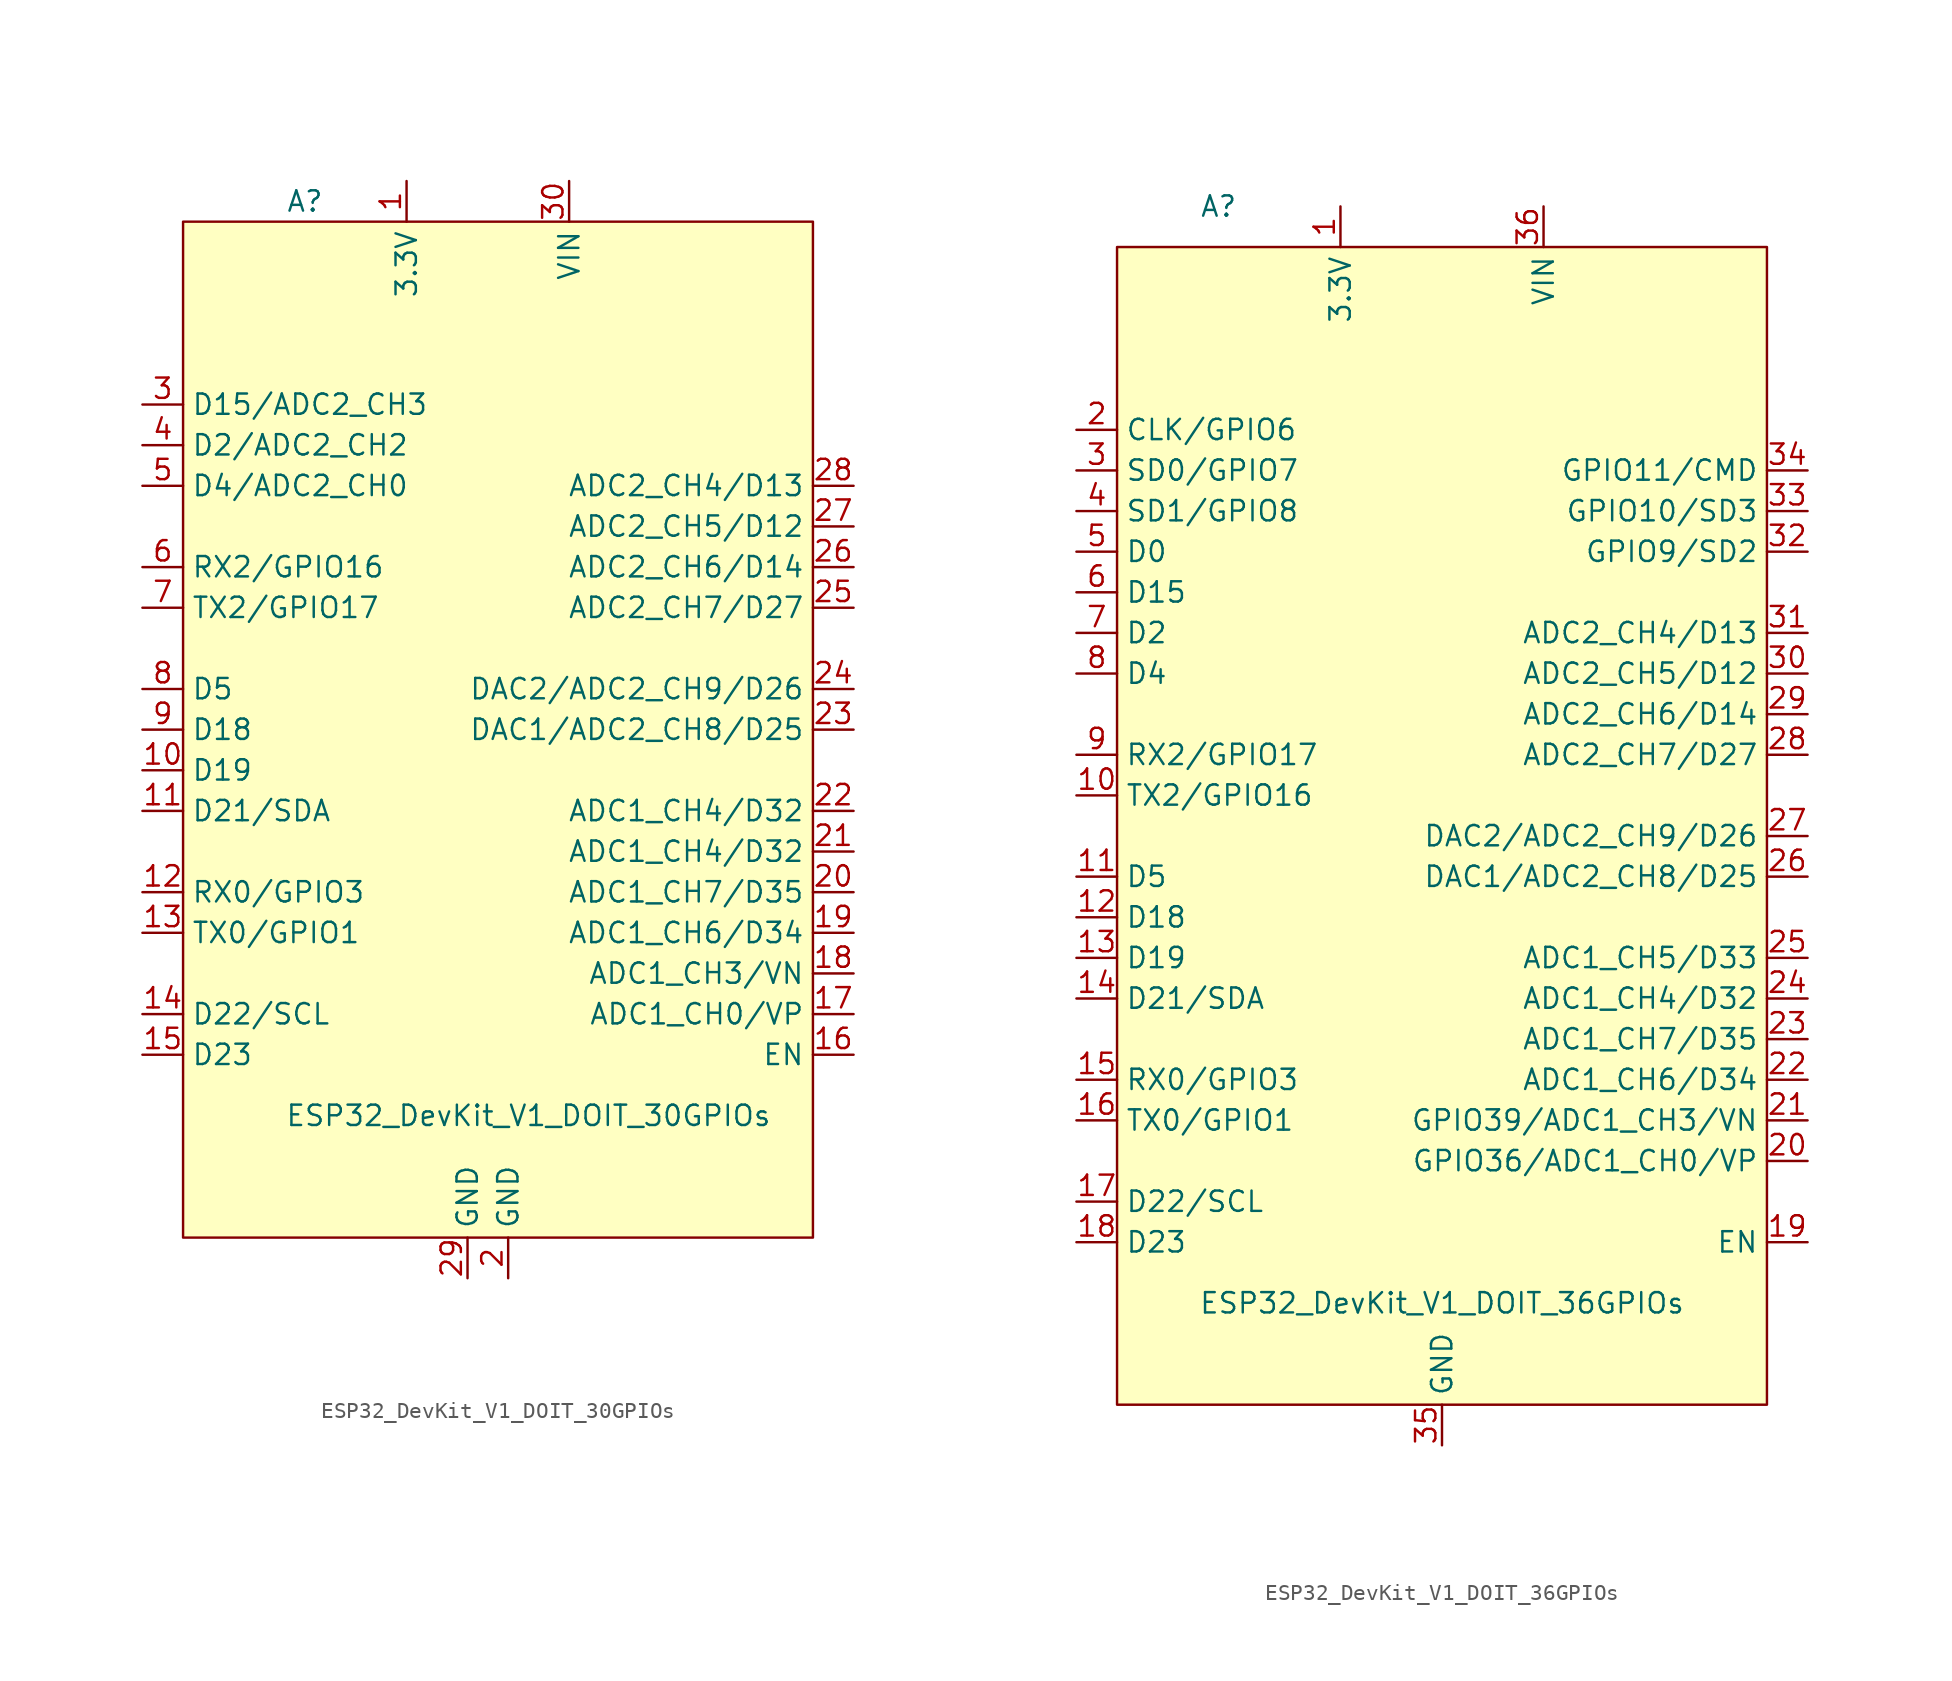
<source format=kicad_sym>
(kicad_symbol_lib
  (version 20211014)
  (generator kicad_symbol_editor)
  (symbol "ESP32_DevKit_V1_DOIT_30GPIOs"
    (property "Reference" "A"
      (at -11.43 34.29 0)
      (effects (font (size 1.27 1.27))))
    (property "Value" "ESP32_DevKit_V1_DOIT_30GPIOs"
      (at 2.54 -22.86 0)
      (effects (font (size 1.27 1.27))))
    (symbol "ESP32_DevKit_V1_DOIT_30GPIOs_0_1"
      (rectangle (start -19.05 33.02) (end 20.32 -30.48) (stroke (width 0) (type default) (color 0 0 0 0)) (fill (type background))))
    (symbol "ESP32_DevKit_V1_DOIT_30GPIOs_1_1"
      (pin power_in line (at -5.08 35.56 270) (length 2.54) (name "3.3V" (effects (font (size 1.27 1.27)))) (number "1" (effects (font (size 1.27 1.27)))))
      (pin bidirectional line (at -21.59 -1.27 0) (length 2.54) (name "D19" (effects (font (size 1.27 1.27)))) (number "10" (effects (font (size 1.27 1.27)))))
      (pin bidirectional line (at -21.59 -3.81 0) (length 2.54) (name "D21/SDA" (effects (font (size 1.27 1.27)))) (number "11" (effects (font (size 1.27 1.27)))))
      (pin bidirectional line (at -21.59 -8.89 0) (length 2.54) (name "RX0/GPIO3" (effects (font (size 1.27 1.27)))) (number "12" (effects (font (size 1.27 1.27)))))
      (pin bidirectional line (at -21.59 -11.43 0) (length 2.54) (name "TX0/GPIO1" (effects (font (size 1.27 1.27)))) (number "13" (effects (font (size 1.27 1.27)))))
      (pin bidirectional line (at -21.59 -16.51 0) (length 2.54) (name "D22/SCL" (effects (font (size 1.27 1.27)))) (number "14" (effects (font (size 1.27 1.27)))))
      (pin bidirectional line (at -21.59 -19.05 0) (length 2.54) (name "D23" (effects (font (size 1.27 1.27)))) (number "15" (effects (font (size 1.27 1.27)))))
      (pin bidirectional line (at 22.86 -19.05 180) (length 2.54) (name "EN" (effects (font (size 1.27 1.27)))) (number "16" (effects (font (size 1.27 1.27)))))
      (pin bidirectional line (at 22.86 -16.51 180) (length 2.54) (name "ADC1_CH0/VP" (effects (font (size 1.27 1.27)))) (number "17" (effects (font (size 1.27 1.27)))))
      (pin bidirectional line (at 22.86 -13.97 180) (length 2.54) (name "ADC1_CH3/VN" (effects (font (size 1.27 1.27)))) (number "18" (effects (font (size 1.27 1.27)))))
      (pin bidirectional line (at 22.86 -11.43 180) (length 2.54) (name "ADC1_CH6/D34" (effects (font (size 1.27 1.27)))) (number "19" (effects (font (size 1.27 1.27)))))
      (pin power_in line (at 1.27 -33.02 90) (length 2.54) (name "GND" (effects (font (size 1.27 1.27)))) (number "2" (effects (font (size 1.27 1.27)))))
      (pin bidirectional line (at 22.86 -8.89 180) (length 2.54) (name "ADC1_CH7/D35" (effects (font (size 1.27 1.27)))) (number "20" (effects (font (size 1.27 1.27)))))
      (pin bidirectional line (at 22.86 -6.35 180) (length 2.54) (name "ADC1_CH4/D32" (effects (font (size 1.27 1.27)))) (number "21" (effects (font (size 1.27 1.27)))))
      (pin bidirectional line (at 22.86 -3.81 180) (length 2.54) (name "ADC1_CH4/D32" (effects (font (size 1.27 1.27)))) (number "22" (effects (font (size 1.27 1.27)))))
      (pin bidirectional line (at 22.86 1.27 180) (length 2.54) (name "DAC1/ADC2_CH8/D25" (effects (font (size 1.27 1.27)))) (number "23" (effects (font (size 1.27 1.27)))))
      (pin bidirectional line (at 22.86 3.81 180) (length 2.54) (name "DAC2/ADC2_CH9/D26" (effects (font (size 1.27 1.27)))) (number "24" (effects (font (size 1.27 1.27)))))
      (pin bidirectional line (at 22.86 8.89 180) (length 2.54) (name "ADC2_CH7/D27" (effects (font (size 1.27 1.27)))) (number "25" (effects (font (size 1.27 1.27)))))
      (pin bidirectional line (at 22.86 11.43 180) (length 2.54) (name "ADC2_CH6/D14" (effects (font (size 1.27 1.27)))) (number "26" (effects (font (size 1.27 1.27)))))
      (pin bidirectional line (at 22.86 13.97 180) (length 2.54) (name "ADC2_CH5/D12" (effects (font (size 1.27 1.27)))) (number "27" (effects (font (size 1.27 1.27)))))
      (pin bidirectional line (at 22.86 16.51 180) (length 2.54) (name "ADC2_CH4/D13" (effects (font (size 1.27 1.27)))) (number "28" (effects (font (size 1.27 1.27)))))
      (pin power_in line (at -1.27 -33.02 90) (length 2.54) (name "GND" (effects (font (size 1.27 1.27)))) (number "29" (effects (font (size 1.27 1.27)))))
      (pin bidirectional line (at -21.59 21.59 0) (length 2.54) (name "D15/ADC2_CH3" (effects (font (size 1.27 1.27)))) (number "3" (effects (font (size 1.27 1.27)))))
      (pin power_in line (at 5.08 35.56 270) (length 2.54) (name "VIN" (effects (font (size 1.27 1.27)))) (number "30" (effects (font (size 1.27 1.27)))))
      (pin bidirectional line (at -21.59 19.05 0) (length 2.54) (name "D2/ADC2_CH2" (effects (font (size 1.27 1.27)))) (number "4" (effects (font (size 1.27 1.27)))))
      (pin bidirectional line (at -21.59 16.51 0) (length 2.54) (name "D4/ADC2_CH0" (effects (font (size 1.27 1.27)))) (number "5" (effects (font (size 1.27 1.27)))))
      (pin bidirectional line (at -21.59 11.43 0) (length 2.54) (name "RX2/GPIO16" (effects (font (size 1.27 1.27)))) (number "6" (effects (font (size 1.27 1.27)))))
      (pin bidirectional line (at -21.59 8.89 0) (length 2.54) (name "TX2/GPIO17" (effects (font (size 1.27 1.27)))) (number "7" (effects (font (size 1.27 1.27)))))
      (pin bidirectional line (at -21.59 3.81 0) (length 2.54) (name "D5" (effects (font (size 1.27 1.27)))) (number "8" (effects (font (size 1.27 1.27)))))
      (pin bidirectional line (at -21.59 1.27 0) (length 2.54) (name "D18" (effects (font (size 1.27 1.27)))) (number "9" (effects (font (size 1.27 1.27)))))))
  (symbol "ESP32_DevKit_V1_DOIT_36GPIOs"
    (property "Reference" "A"
      (at -13.97 36.83 0)
      (effects (font (size 1.27 1.27))))
    (property "Value" "ESP32_DevKit_V1_DOIT_36GPIOs"
      (at 0 -31.75 0)
      (effects (font (size 1.27 1.27))))
    (symbol "ESP32_DevKit_V1_DOIT_36GPIOs_0_1"
      (rectangle (start -20.32 34.29) (end 20.32 -38.1) (stroke (width 0) (type default) (color 0 0 0 0)) (fill (type background))))
    (symbol "ESP32_DevKit_V1_DOIT_36GPIOs_1_1"
      (pin power_in line (at -6.35 36.83 270) (length 2.54) (name "3.3V" (effects (font (size 1.27 1.27)))) (number "1" (effects (font (size 1.27 1.27)))))
      (pin bidirectional line (at -22.86 0 0) (length 2.54) (name "TX2/GPIO16" (effects (font (size 1.27 1.27)))) (number "10" (effects (font (size 1.27 1.27)))))
      (pin bidirectional line (at -22.86 -5.08 0) (length 2.54) (name "D5" (effects (font (size 1.27 1.27)))) (number "11" (effects (font (size 1.27 1.27)))))
      (pin bidirectional line (at -22.86 -7.62 0) (length 2.54) (name "D18" (effects (font (size 1.27 1.27)))) (number "12" (effects (font (size 1.27 1.27)))))
      (pin bidirectional line (at -22.86 -10.16 0) (length 2.54) (name "D19" (effects (font (size 1.27 1.27)))) (number "13" (effects (font (size 1.27 1.27)))))
      (pin bidirectional line (at -22.86 -12.7 0) (length 2.54) (name "D21/SDA" (effects (font (size 1.27 1.27)))) (number "14" (effects (font (size 1.27 1.27)))))
      (pin bidirectional line (at -22.86 -17.78 0) (length 2.54) (name "RX0/GPIO3" (effects (font (size 1.27 1.27)))) (number "15" (effects (font (size 1.27 1.27)))))
      (pin bidirectional line (at -22.86 -20.32 0) (length 2.54) (name "TX0/GPIO1" (effects (font (size 1.27 1.27)))) (number "16" (effects (font (size 1.27 1.27)))))
      (pin bidirectional line (at -22.86 -25.4 0) (length 2.54) (name "D22/SCL" (effects (font (size 1.27 1.27)))) (number "17" (effects (font (size 1.27 1.27)))))
      (pin bidirectional line (at -22.86 -27.94 0) (length 2.54) (name "D23" (effects (font (size 1.27 1.27)))) (number "18" (effects (font (size 1.27 1.27)))))
      (pin bidirectional line (at 22.86 -27.94 180) (length 2.54) (name "EN" (effects (font (size 1.27 1.27)))) (number "19" (effects (font (size 1.27 1.27)))))
      (pin bidirectional line (at -22.86 22.86 0) (length 2.54) (name "CLK/GPIO6" (effects (font (size 1.27 1.27)))) (number "2" (effects (font (size 1.27 1.27)))))
      (pin bidirectional line (at 22.86 -22.86 180) (length 2.54) (name "GPIO36/ADC1_CH0/VP" (effects (font (size 1.27 1.27)))) (number "20" (effects (font (size 1.27 1.27)))))
      (pin bidirectional line (at 22.86 -20.32 180) (length 2.54) (name "GPIO39/ADC1_CH3/VN" (effects (font (size 1.27 1.27)))) (number "21" (effects (font (size 1.27 1.27)))))
      (pin bidirectional line (at 22.86 -17.78 180) (length 2.54) (name "ADC1_CH6/D34" (effects (font (size 1.27 1.27)))) (number "22" (effects (font (size 1.27 1.27)))))
      (pin bidirectional line (at 22.86 -15.24 180) (length 2.54) (name "ADC1_CH7/D35" (effects (font (size 1.27 1.27)))) (number "23" (effects (font (size 1.27 1.27)))))
      (pin bidirectional line (at 22.86 -12.7 180) (length 2.54) (name "ADC1_CH4/D32" (effects (font (size 1.27 1.27)))) (number "24" (effects (font (size 1.27 1.27)))))
      (pin bidirectional line (at 22.86 -10.16 180) (length 2.54) (name "ADC1_CH5/D33" (effects (font (size 1.27 1.27)))) (number "25" (effects (font (size 1.27 1.27)))))
      (pin bidirectional line (at 22.86 -5.08 180) (length 2.54) (name "DAC1/ADC2_CH8/D25" (effects (font (size 1.27 1.27)))) (number "26" (effects (font (size 1.27 1.27)))))
      (pin bidirectional line (at 22.86 -2.54 180) (length 2.54) (name "DAC2/ADC2_CH9/D26" (effects (font (size 1.27 1.27)))) (number "27" (effects (font (size 1.27 1.27)))))
      (pin bidirectional line (at 22.86 2.54 180) (length 2.54) (name "ADC2_CH7/D27" (effects (font (size 1.27 1.27)))) (number "28" (effects (font (size 1.27 1.27)))))
      (pin bidirectional line (at 22.86 5.08 180) (length 2.54) (name "ADC2_CH6/D14" (effects (font (size 1.27 1.27)))) (number "29" (effects (font (size 1.27 1.27)))))
      (pin bidirectional line (at -22.86 20.32 0) (length 2.54) (name "SD0/GPIO7" (effects (font (size 1.27 1.27)))) (number "3" (effects (font (size 1.27 1.27)))))
      (pin bidirectional line (at 22.86 7.62 180) (length 2.54) (name "ADC2_CH5/D12" (effects (font (size 1.27 1.27)))) (number "30" (effects (font (size 1.27 1.27)))))
      (pin bidirectional line (at 22.86 10.16 180) (length 2.54) (name "ADC2_CH4/D13" (effects (font (size 1.27 1.27)))) (number "31" (effects (font (size 1.27 1.27)))))
      (pin bidirectional line (at 22.86 15.24 180) (length 2.54) (name "GPIO9/SD2" (effects (font (size 1.27 1.27)))) (number "32" (effects (font (size 1.27 1.27)))))
      (pin bidirectional line (at 22.86 17.78 180) (length 2.54) (name "GPIO10/SD3" (effects (font (size 1.27 1.27)))) (number "33" (effects (font (size 1.27 1.27)))))
      (pin bidirectional line (at 22.86 20.32 180) (length 2.54) (name "GPIO11/CMD" (effects (font (size 1.27 1.27)))) (number "34" (effects (font (size 1.27 1.27)))))
      (pin power_out line (at 0 -40.64 90) (length 2.54) (name "GND" (effects (font (size 1.27 1.27)))) (number "35" (effects (font (size 1.27 1.27)))))
      (pin power_in line (at 6.35 36.83 270) (length 2.54) (name "VIN" (effects (font (size 1.27 1.27)))) (number "36" (effects (font (size 1.27 1.27)))))
      (pin bidirectional line (at -22.86 17.78 0) (length 2.54) (name "SD1/GPIO8" (effects (font (size 1.27 1.27)))) (number "4" (effects (font (size 1.27 1.27)))))
      (pin bidirectional line (at -22.86 15.24 0) (length 2.54) (name "D0" (effects (font (size 1.27 1.27)))) (number "5" (effects (font (size 1.27 1.27)))))
      (pin bidirectional line (at -22.86 12.7 0) (length 2.54) (name "D15" (effects (font (size 1.27 1.27)))) (number "6" (effects (font (size 1.27 1.27)))))
      (pin bidirectional line (at -22.86 10.16 0) (length 2.54) (name "D2" (effects (font (size 1.27 1.27)))) (number "7" (effects (font (size 1.27 1.27)))))
      (pin bidirectional line (at -22.86 7.62 0) (length 2.54) (name "D4" (effects (font (size 1.27 1.27)))) (number "8" (effects (font (size 1.27 1.27)))))
      (pin bidirectional line (at -22.86 2.54 0) (length 2.54) (name "RX2/GPIO17" (effects (font (size 1.27 1.27)))) (number "9" (effects (font (size 1.27 1.27))))))))
</source>
